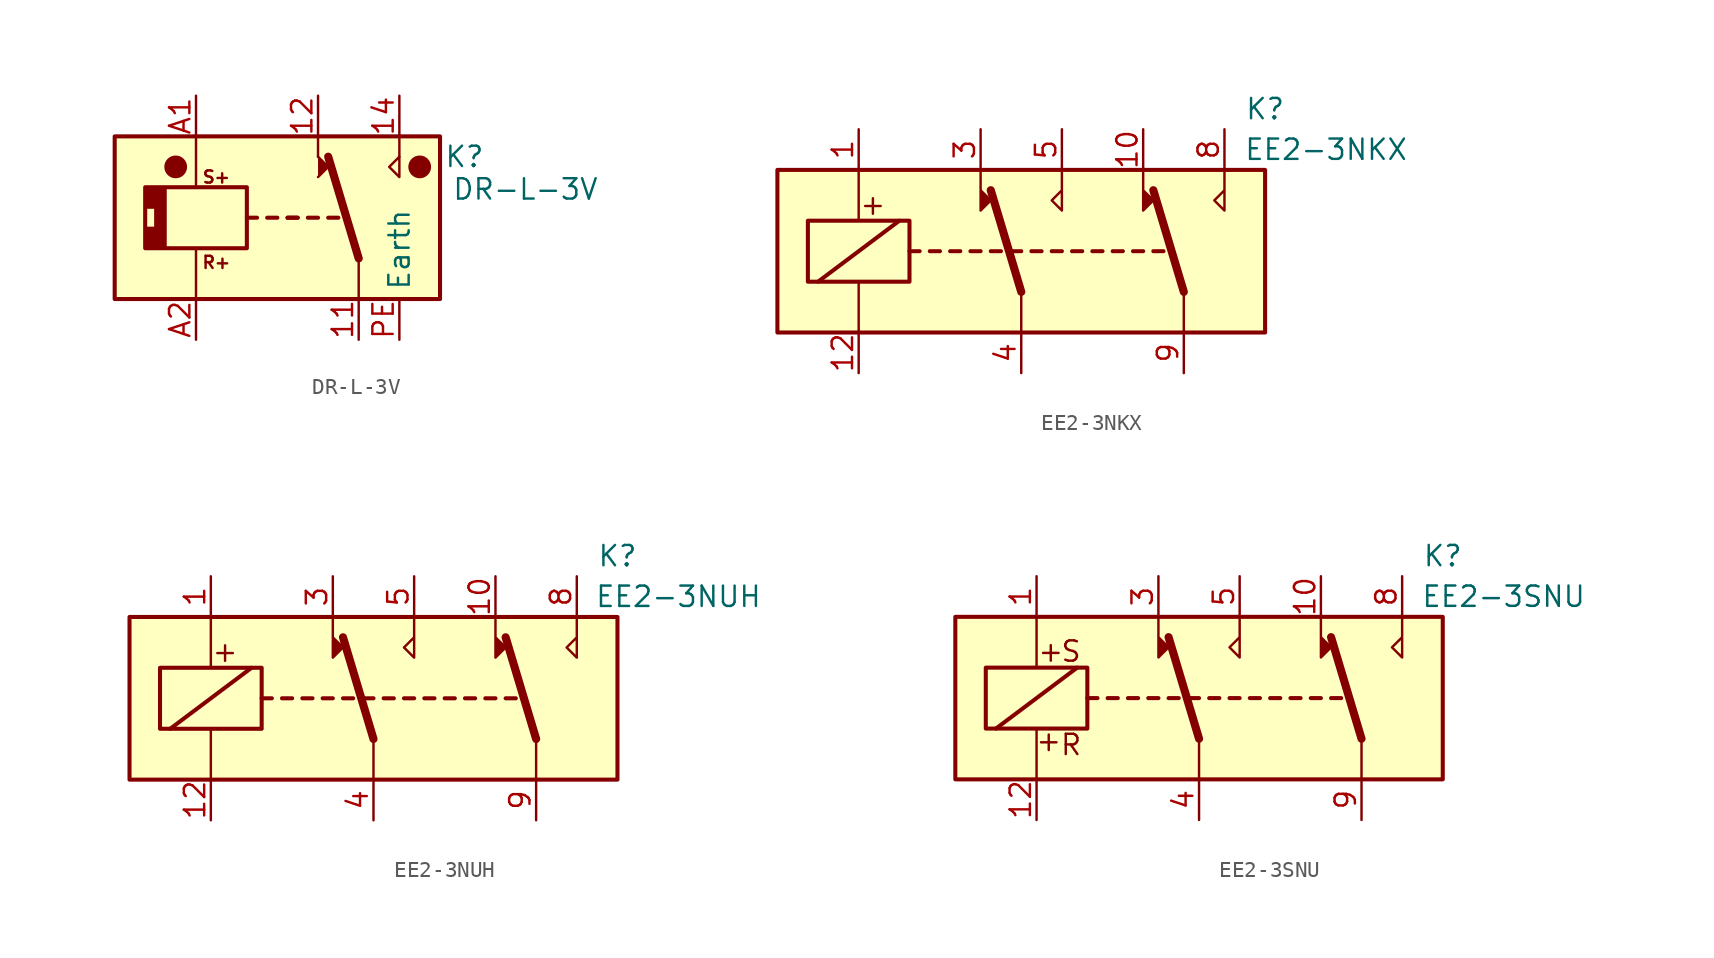
<source format=kicad_sym>
(kicad_symbol_lib
  (version 20241209)
  (generator "kicad_symbol_editor")
  (generator_version "9.0")
  (symbol "DR-L-3V"
    (property "Reference" "K"
      (at 11.684 3.81 0)
      (effects (font (size 1.27 1.27))))
    (property "Value" "DR-L-3V"
      (at 15.494 1.778 0)
      (effects (font (size 1.27 1.27))))
    (symbol "DR-L-3V_0_0"
      (polyline (pts (xy 2.54 3.81) (xy 2.54 5.08)) (stroke (width 0) (type default)) (fill (type none)))
      (polyline (pts (xy 7.62 3.81) (xy 7.62 5.08)) (stroke (width 0) (type default)) (fill (type none)))
      (polyline (pts (xy 7.62 3.81) (xy 7.62 2.54) (xy 6.985 3.175) (xy 7.62 3.81)) (stroke (width 0) (type default)) (fill (type none))))
    (symbol "DR-L-3V_0_1"
      (rectangle (start -10.16 5.08) (end 10.16 -5.08) (stroke (width 0.254) (type default)) (fill (type background)))
      (polyline (pts (xy -10.16 5.08) (xy -10.16 1.905)) (stroke (width 0) (type default)) (fill (type none)))
      (polyline (pts (xy -10.16 -5.08) (xy -10.16 -1.905)) (stroke (width 0) (type default)) (fill (type none)))
      (rectangle (start -8.255 1.905) (end -1.905 -1.905) (stroke (width 0.254) (type default)) (fill (type none)))
      (circle (center -6.35 3.175) (radius 0.635) (stroke (width 0) (type default)) (fill (type outline)))
      (polyline (pts (xy -5.08 5.08) (xy -5.08 1.905)) (stroke (width 0) (type default)) (fill (type none)))
      (polyline (pts (xy -5.08 -5.08) (xy -5.08 -1.905)) (stroke (width 0) (type default)) (fill (type none)))
      (polyline (pts (xy -1.905 0) (xy -1.27 0)) (stroke (width 0.254) (type default)) (fill (type none)))
      (polyline (pts (xy -0.635 0) (xy 0 0)) (stroke (width 0.254) (type default)) (fill (type none)))
      (polyline (pts (xy 0.635 0) (xy 1.27 0)) (stroke (width 0.254) (type default)) (fill (type none)))
      (polyline (pts (xy 0.635 0) (xy 1.27 0)) (stroke (width 0.254) (type default)) (fill (type none)))
      (polyline (pts (xy 1.905 0) (xy 2.54 0)) (stroke (width 0.254) (type default)) (fill (type none)))
      (polyline (pts (xy 2.54 2.54) (xy 3.175 3.175) (xy 2.54 3.81)) (stroke (width 0) (type default)) (fill (type outline)))
      (polyline (pts (xy 3.175 0) (xy 3.81 0)) (stroke (width 0.254) (type default)) (fill (type none)))
      (polyline (pts (xy 5.08 -2.54) (xy 3.175 3.81)) (stroke (width 0.508) (type default)) (fill (type none)))
      (polyline (pts (xy 5.08 -2.54) (xy 5.08 -5.08)) (stroke (width 0) (type default)) (fill (type none)))
      (circle (center 8.89 3.175) (radius 0.635) (stroke (width 0) (type default)) (fill (type outline))))
    (symbol "DR-L-3V_1_0"
      (text "S+" (at -3.81 2.54 0) (effects (font (size 0.762 0.762))))
      (text "R+" (at -3.81 -2.794 0) (effects (font (size 0.762 0.762)))))
    (symbol "DR-L-3V_1_1"
      (polyline (pts (xy -8.255 0.635) (xy -7.62 0.635) (xy -7.62 -0.635) (xy -8.255 -0.635) (xy -8.255 -1.905) (xy -6.985 -1.905) (xy -6.985 1.905) (xy -8.255 1.905) (xy -8.255 0.635)) (stroke (width 0) (type default)) (fill (type outline)))
      (pin passive line (at -5.08 7.62 270) (length 2.54) (name "~" (effects (font (size 1.27 1.27)))) (number "A1" (effects (font (size 1.27 1.27)))))
      (pin passive line (at -5.08 -7.62 90) (length 2.54) (name "~" (effects (font (size 1.27 1.27)))) (number "A2" (effects (font (size 1.27 1.27)))))
      (pin passive line (at 2.54 7.62 270) (length 2.54) (name "~" (effects (font (size 1.27 1.27)))) (number "12" (effects (font (size 1.27 1.27)))))
      (pin passive line (at 5.08 -7.62 90) (length 2.54) (name "~" (effects (font (size 1.27 1.27)))) (number "11" (effects (font (size 1.27 1.27)))))
      (pin passive line (at 7.62 7.62 270) (length 2.54) (name "~" (effects (font (size 1.27 1.27)))) (number "14" (effects (font (size 1.27 1.27)))))
      (pin passive line (at 7.62 -7.62 90) (length 2.54) (name "Earth" (effects (font (size 1.27 1.27)))) (number "PE" (effects (font (size 1.27 1.27)))))))
  (symbol "EE2-3NKX"
    (property "Reference" "K"
      (at 15.24 8.89 0)
      (effects (font (size 1.27 1.27))))
    (property "Value" "EE2-3NKX"
      (at 19.05 6.35 0)
      (effects (font (size 1.27 1.27))))
    (symbol "EE2-3NKX_1_1"
      (rectangle (start -15.24 5.08) (end 15.24 -5.08) (stroke (width 0.254) (type default)) (fill (type background)))
      (rectangle (start -13.335 1.905) (end -6.985 -1.905) (stroke (width 0.254) (type default)) (fill (type none)))
      (polyline (pts (xy -12.7 -1.905) (xy -7.62 1.905)) (stroke (width 0.254) (type default)) (fill (type none)))
      (polyline (pts (xy -10.16 5.08) (xy -10.16 1.905)) (stroke (width 0) (type default)) (fill (type none)))
      (polyline (pts (xy -10.16 -5.08) (xy -10.16 -1.905)) (stroke (width 0) (type default)) (fill (type none)))
      (polyline (pts (xy -6.985 0) (xy -6.35 0)) (stroke (width 0.254) (type default)) (fill (type none)))
      (polyline (pts (xy -5.715 0) (xy -5.08 0)) (stroke (width 0.254) (type default)) (fill (type none)))
      (polyline (pts (xy -4.445 0) (xy -3.81 0)) (stroke (width 0.254) (type default)) (fill (type none)))
      (polyline (pts (xy -3.175 0) (xy -2.54 0)) (stroke (width 0.254) (type default)) (fill (type none)))
      (polyline (pts (xy -2.54 5.08) (xy -2.54 2.54) (xy -1.905 3.175) (xy -2.54 3.81)) (stroke (width 0) (type default)) (fill (type outline)))
      (polyline (pts (xy -1.905 0) (xy -1.27 0)) (stroke (width 0.254) (type default)) (fill (type none)))
      (polyline (pts (xy -0.635 0) (xy 0 0)) (stroke (width 0.254) (type default)) (fill (type none)))
      (polyline (pts (xy 0 -2.54) (xy -1.905 3.81)) (stroke (width 0.508) (type default)) (fill (type none)))
      (polyline (pts (xy 0 -2.54) (xy 0 -5.08)) (stroke (width 0) (type default)) (fill (type none)))
      (polyline (pts (xy 0.635 0) (xy 1.27 0)) (stroke (width 0.254) (type default)) (fill (type none)))
      (polyline (pts (xy 1.905 0) (xy 2.54 0)) (stroke (width 0.254) (type default)) (fill (type none)))
      (polyline (pts (xy 2.54 5.08) (xy 2.54 2.54) (xy 1.905 3.175) (xy 2.54 3.81)) (stroke (width 0) (type default)) (fill (type none)))
      (polyline (pts (xy 3.175 0) (xy 3.81 0)) (stroke (width 0.254) (type default)) (fill (type none)))
      (polyline (pts (xy 4.445 0) (xy 5.08 0)) (stroke (width 0.254) (type default)) (fill (type none)))
      (polyline (pts (xy 5.715 0) (xy 6.35 0)) (stroke (width 0.254) (type default)) (fill (type none)))
      (polyline (pts (xy 6.985 0) (xy 7.62 0)) (stroke (width 0.254) (type default)) (fill (type none)))
      (polyline (pts (xy 7.62 5.08) (xy 7.62 2.54) (xy 8.255 3.175) (xy 7.62 3.81)) (stroke (width 0) (type default)) (fill (type outline)))
      (polyline (pts (xy 8.255 0) (xy 8.89 0)) (stroke (width 0.254) (type default)) (fill (type none)))
      (polyline (pts (xy 10.16 -2.54) (xy 8.255 3.81)) (stroke (width 0.508) (type default)) (fill (type none)))
      (polyline (pts (xy 10.16 -2.54) (xy 10.16 -5.08)) (stroke (width 0) (type default)) (fill (type none)))
      (polyline (pts (xy 12.7 5.08) (xy 12.7 2.54) (xy 12.065 3.175) (xy 12.7 3.81)) (stroke (width 0) (type default)) (fill (type none)))
      (text "+" (at -9.271 2.921 0) (effects (font (size 1.27 1.27))))
      (pin passive line (at -10.16 7.62 270) (length 2.54) (name "~" (effects (font (size 1.27 1.27)))) (number "1" (effects (font (size 1.27 1.27)))))
      (pin passive line (at -10.16 -7.62 90) (length 2.54) (name "~" (effects (font (size 1.27 1.27)))) (number "12" (effects (font (size 1.27 1.27)))))
      (pin passive line (at -2.54 7.62 270) (length 2.54) (name "~" (effects (font (size 1.27 1.27)))) (number "3" (effects (font (size 1.27 1.27)))))
      (pin passive line (at 0 -7.62 90) (length 2.54) (name "~" (effects (font (size 1.27 1.27)))) (number "4" (effects (font (size 1.27 1.27)))))
      (pin passive line (at 2.54 7.62 270) (length 2.54) (name "~" (effects (font (size 1.27 1.27)))) (number "5" (effects (font (size 1.27 1.27)))))
      (pin passive line (at 7.62 7.62 270) (length 2.54) (name "~" (effects (font (size 1.27 1.27)))) (number "10" (effects (font (size 1.27 1.27)))))
      (pin passive line (at 10.16 -7.62 90) (length 2.54) (name "~" (effects (font (size 1.27 1.27)))) (number "9" (effects (font (size 1.27 1.27)))))
      (pin passive line (at 12.7 7.62 270) (length 2.54) (name "~" (effects (font (size 1.27 1.27)))) (number "8" (effects (font (size 1.27 1.27)))))))
  (symbol "EE2-3NUH"
    (property "Reference" "K"
      (at 15.24 8.89 0)
      (effects (font (size 1.27 1.27))))
    (property "Value" "EE2-3NUH"
      (at 19.05 6.35 0)
      (effects (font (size 1.27 1.27))))
    (symbol "EE2-3NUH_1_1"
      (rectangle (start -15.24 5.08) (end 15.24 -5.08) (stroke (width 0.254) (type default)) (fill (type background)))
      (rectangle (start -13.335 1.905) (end -6.985 -1.905) (stroke (width 0.254) (type default)) (fill (type none)))
      (polyline (pts (xy -12.7 -1.905) (xy -7.62 1.905)) (stroke (width 0.254) (type default)) (fill (type none)))
      (polyline (pts (xy -10.16 5.08) (xy -10.16 1.905)) (stroke (width 0) (type default)) (fill (type none)))
      (polyline (pts (xy -10.16 -5.08) (xy -10.16 -1.905)) (stroke (width 0) (type default)) (fill (type none)))
      (polyline (pts (xy -6.985 0) (xy -6.35 0)) (stroke (width 0.254) (type default)) (fill (type none)))
      (polyline (pts (xy -5.715 0) (xy -5.08 0)) (stroke (width 0.254) (type default)) (fill (type none)))
      (polyline (pts (xy -4.445 0) (xy -3.81 0)) (stroke (width 0.254) (type default)) (fill (type none)))
      (polyline (pts (xy -3.175 0) (xy -2.54 0)) (stroke (width 0.254) (type default)) (fill (type none)))
      (polyline (pts (xy -2.54 5.08) (xy -2.54 2.54) (xy -1.905 3.175) (xy -2.54 3.81)) (stroke (width 0) (type default)) (fill (type outline)))
      (polyline (pts (xy -1.905 0) (xy -1.27 0)) (stroke (width 0.254) (type default)) (fill (type none)))
      (polyline (pts (xy -0.635 0) (xy 0 0)) (stroke (width 0.254) (type default)) (fill (type none)))
      (polyline (pts (xy 0 -2.54) (xy -1.905 3.81)) (stroke (width 0.508) (type default)) (fill (type none)))
      (polyline (pts (xy 0 -2.54) (xy 0 -5.08)) (stroke (width 0) (type default)) (fill (type none)))
      (polyline (pts (xy 0.635 0) (xy 1.27 0)) (stroke (width 0.254) (type default)) (fill (type none)))
      (polyline (pts (xy 1.905 0) (xy 2.54 0)) (stroke (width 0.254) (type default)) (fill (type none)))
      (polyline (pts (xy 2.54 5.08) (xy 2.54 2.54) (xy 1.905 3.175) (xy 2.54 3.81)) (stroke (width 0) (type default)) (fill (type none)))
      (polyline (pts (xy 3.175 0) (xy 3.81 0)) (stroke (width 0.254) (type default)) (fill (type none)))
      (polyline (pts (xy 4.445 0) (xy 5.08 0)) (stroke (width 0.254) (type default)) (fill (type none)))
      (polyline (pts (xy 5.715 0) (xy 6.35 0)) (stroke (width 0.254) (type default)) (fill (type none)))
      (polyline (pts (xy 6.985 0) (xy 7.62 0)) (stroke (width 0.254) (type default)) (fill (type none)))
      (polyline (pts (xy 7.62 5.08) (xy 7.62 2.54) (xy 8.255 3.175) (xy 7.62 3.81)) (stroke (width 0) (type default)) (fill (type outline)))
      (polyline (pts (xy 8.255 0) (xy 8.89 0)) (stroke (width 0.254) (type default)) (fill (type none)))
      (polyline (pts (xy 10.16 -2.54) (xy 8.255 3.81)) (stroke (width 0.508) (type default)) (fill (type none)))
      (polyline (pts (xy 10.16 -2.54) (xy 10.16 -5.08)) (stroke (width 0) (type default)) (fill (type none)))
      (polyline (pts (xy 12.7 5.08) (xy 12.7 2.54) (xy 12.065 3.175) (xy 12.7 3.81)) (stroke (width 0) (type default)) (fill (type none)))
      (text "+" (at -9.271 2.921 0) (effects (font (size 1.27 1.27))))
      (pin passive line (at -10.16 7.62 270) (length 2.54) (name "~" (effects (font (size 1.27 1.27)))) (number "1" (effects (font (size 1.27 1.27)))))
      (pin passive line (at -10.16 -7.62 90) (length 2.54) (name "~" (effects (font (size 1.27 1.27)))) (number "12" (effects (font (size 1.27 1.27)))))
      (pin passive line (at -2.54 7.62 270) (length 2.54) (name "~" (effects (font (size 1.27 1.27)))) (number "3" (effects (font (size 1.27 1.27)))))
      (pin passive line (at 0 -7.62 90) (length 2.54) (name "~" (effects (font (size 1.27 1.27)))) (number "4" (effects (font (size 1.27 1.27)))))
      (pin passive line (at 2.54 7.62 270) (length 2.54) (name "~" (effects (font (size 1.27 1.27)))) (number "5" (effects (font (size 1.27 1.27)))))
      (pin passive line (at 7.62 7.62 270) (length 2.54) (name "~" (effects (font (size 1.27 1.27)))) (number "10" (effects (font (size 1.27 1.27)))))
      (pin passive line (at 10.16 -7.62 90) (length 2.54) (name "~" (effects (font (size 1.27 1.27)))) (number "9" (effects (font (size 1.27 1.27)))))
      (pin passive line (at 12.7 7.62 270) (length 2.54) (name "~" (effects (font (size 1.27 1.27)))) (number "8" (effects (font (size 1.27 1.27)))))))
  (symbol "EE2-3SNU"
    (property "Reference" "K"
      (at 15.24 8.89 0)
      (effects (font (size 1.27 1.27))))
    (property "Value" "EE2-3SNU"
      (at 19.05 6.35 0)
      (effects (font (size 1.27 1.27))))
    (symbol "EE2-3SNU_1_1"
      (rectangle (start -15.24 5.08) (end 15.24 -5.08) (stroke (width 0.254) (type default)) (fill (type background)))
      (rectangle (start -13.335 1.905) (end -6.985 -1.905) (stroke (width 0.254) (type default)) (fill (type none)))
      (polyline (pts (xy -12.7 -1.905) (xy -7.62 1.905)) (stroke (width 0.254) (type default)) (fill (type none)))
      (polyline (pts (xy -10.16 5.08) (xy -10.16 1.905)) (stroke (width 0) (type default)) (fill (type none)))
      (polyline (pts (xy -10.16 -5.08) (xy -10.16 -1.905)) (stroke (width 0) (type default)) (fill (type none)))
      (polyline (pts (xy -6.985 0) (xy -6.35 0)) (stroke (width 0.254) (type default)) (fill (type none)))
      (polyline (pts (xy -5.715 0) (xy -5.08 0)) (stroke (width 0.254) (type default)) (fill (type none)))
      (polyline (pts (xy -4.445 0) (xy -3.81 0)) (stroke (width 0.254) (type default)) (fill (type none)))
      (polyline (pts (xy -3.175 0) (xy -2.54 0)) (stroke (width 0.254) (type default)) (fill (type none)))
      (polyline (pts (xy -2.54 5.08) (xy -2.54 2.54) (xy -1.905 3.175) (xy -2.54 3.81)) (stroke (width 0) (type default)) (fill (type outline)))
      (polyline (pts (xy -1.905 0) (xy -1.27 0)) (stroke (width 0.254) (type default)) (fill (type none)))
      (polyline (pts (xy -0.635 0) (xy 0 0)) (stroke (width 0.254) (type default)) (fill (type none)))
      (polyline (pts (xy 0 -2.54) (xy -1.905 3.81)) (stroke (width 0.508) (type default)) (fill (type none)))
      (polyline (pts (xy 0 -2.54) (xy 0 -5.08)) (stroke (width 0) (type default)) (fill (type none)))
      (polyline (pts (xy 0.635 0) (xy 1.27 0)) (stroke (width 0.254) (type default)) (fill (type none)))
      (polyline (pts (xy 1.905 0) (xy 2.54 0)) (stroke (width 0.254) (type default)) (fill (type none)))
      (polyline (pts (xy 2.54 5.08) (xy 2.54 2.54) (xy 1.905 3.175) (xy 2.54 3.81)) (stroke (width 0) (type default)) (fill (type none)))
      (polyline (pts (xy 3.175 0) (xy 3.81 0)) (stroke (width 0.254) (type default)) (fill (type none)))
      (polyline (pts (xy 4.445 0) (xy 5.08 0)) (stroke (width 0.254) (type default)) (fill (type none)))
      (polyline (pts (xy 5.715 0) (xy 6.35 0)) (stroke (width 0.254) (type default)) (fill (type none)))
      (polyline (pts (xy 6.985 0) (xy 7.62 0)) (stroke (width 0.254) (type default)) (fill (type none)))
      (polyline (pts (xy 7.62 5.08) (xy 7.62 2.54) (xy 8.255 3.175) (xy 7.62 3.81)) (stroke (width 0) (type default)) (fill (type outline)))
      (polyline (pts (xy 8.255 0) (xy 8.89 0)) (stroke (width 0.254) (type default)) (fill (type none)))
      (polyline (pts (xy 10.16 -2.54) (xy 8.255 3.81)) (stroke (width 0.508) (type default)) (fill (type none)))
      (polyline (pts (xy 10.16 -2.54) (xy 10.16 -5.08)) (stroke (width 0) (type default)) (fill (type none)))
      (polyline (pts (xy 12.7 5.08) (xy 12.7 2.54) (xy 12.065 3.175) (xy 12.7 3.81)) (stroke (width 0) (type default)) (fill (type none)))
      (text "+" (at -9.398 -2.667 0) (effects (font (size 1.27 1.27))))
      (text "+" (at -9.271 2.921 0) (effects (font (size 1.27 1.27))))
      (text "S" (at -8.001 2.921 0) (effects (font (size 1.27 1.27))))
      (text "R" (at -8.001 -2.921 0) (effects (font (size 1.27 1.27))))
      (pin passive line (at -10.16 7.62 270) (length 2.54) (name "~" (effects (font (size 1.27 1.27)))) (number "1" (effects (font (size 1.27 1.27)))))
      (pin passive line (at -10.16 -7.62 90) (length 2.54) (name "~" (effects (font (size 1.27 1.27)))) (number "12" (effects (font (size 1.27 1.27)))))
      (pin passive line (at -2.54 7.62 270) (length 2.54) (name "~" (effects (font (size 1.27 1.27)))) (number "3" (effects (font (size 1.27 1.27)))))
      (pin passive line (at 0 -7.62 90) (length 2.54) (name "~" (effects (font (size 1.27 1.27)))) (number "4" (effects (font (size 1.27 1.27)))))
      (pin passive line (at 2.54 7.62 270) (length 2.54) (name "~" (effects (font (size 1.27 1.27)))) (number "5" (effects (font (size 1.27 1.27)))))
      (pin passive line (at 7.62 7.62 270) (length 2.54) (name "~" (effects (font (size 1.27 1.27)))) (number "10" (effects (font (size 1.27 1.27)))))
      (pin passive line (at 10.16 -7.62 90) (length 2.54) (name "~" (effects (font (size 1.27 1.27)))) (number "9" (effects (font (size 1.27 1.27)))))
      (pin passive line (at 12.7 7.62 270) (length 2.54) (name "~" (effects (font (size 1.27 1.27)))) (number "8" (effects (font (size 1.27 1.27))))))))
</source>
